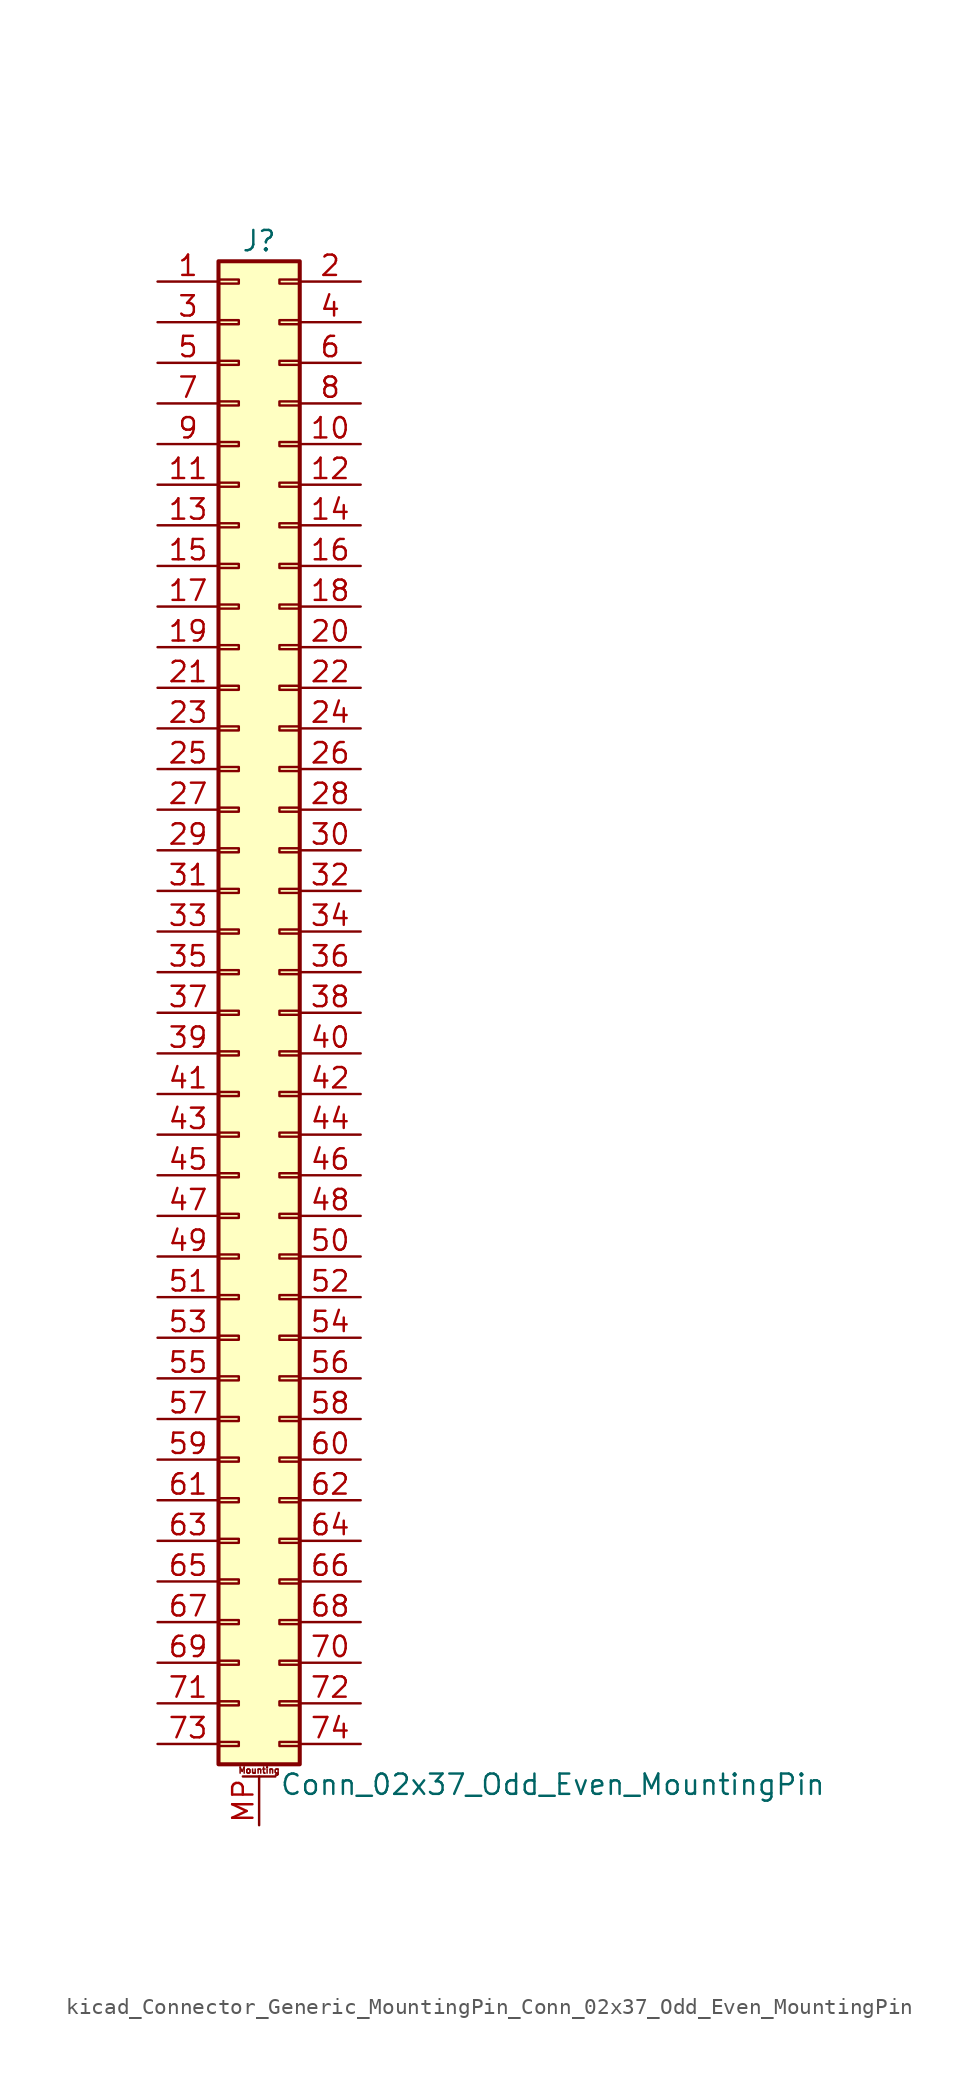
<source format=kicad_sym>
(kicad_symbol_lib
  (version 20220914)
  (generator kicad_symbol_editor)
  (symbol "kicad_Connector_Generic_MountingPin_Conn_02x37_Odd_Even_MountingPin"
    (pin_names
      (offset 1.016) hide)
    (property "Reference" "J"
      (at 1.27 48.26 0)
      (effects (font (size 1.27 1.27))))
    (property "Value" "Conn_02x37_Odd_Even_MountingPin"
      (at 2.54 -48.26 0)
      (effects (font (size 1.27 1.27)) (justify left)))
    (symbol "kicad_Connector_Generic_MountingPin_Conn_02x37_Odd_Even_MountingPin_1_1"
      (rectangle (start -1.27 -45.593) (end 0 -45.847) (stroke (width 0.152) (type default)) (fill (type none)))
      (rectangle (start -1.27 -43.053) (end 0 -43.307) (stroke (width 0.152) (type default)) (fill (type none)))
      (rectangle (start -1.27 -40.513) (end 0 -40.767) (stroke (width 0.152) (type default)) (fill (type none)))
      (rectangle (start -1.27 -37.973) (end 0 -38.227) (stroke (width 0.152) (type default)) (fill (type none)))
      (rectangle (start -1.27 -35.433) (end 0 -35.687) (stroke (width 0.152) (type default)) (fill (type none)))
      (rectangle (start -1.27 -32.893) (end 0 -33.147) (stroke (width 0.152) (type default)) (fill (type none)))
      (rectangle (start -1.27 -30.353) (end 0 -30.607) (stroke (width 0.152) (type default)) (fill (type none)))
      (rectangle (start -1.27 -27.813) (end 0 -28.067) (stroke (width 0.152) (type default)) (fill (type none)))
      (rectangle (start -1.27 -25.273) (end 0 -25.527) (stroke (width 0.152) (type default)) (fill (type none)))
      (rectangle (start -1.27 -22.733) (end 0 -22.987) (stroke (width 0.152) (type default)) (fill (type none)))
      (rectangle (start -1.27 -20.193) (end 0 -20.447) (stroke (width 0.152) (type default)) (fill (type none)))
      (rectangle (start -1.27 -17.653) (end 0 -17.907) (stroke (width 0.152) (type default)) (fill (type none)))
      (rectangle (start -1.27 -15.113) (end 0 -15.367) (stroke (width 0.152) (type default)) (fill (type none)))
      (rectangle (start -1.27 -12.573) (end 0 -12.827) (stroke (width 0.152) (type default)) (fill (type none)))
      (rectangle (start -1.27 -10.033) (end 0 -10.287) (stroke (width 0.152) (type default)) (fill (type none)))
      (rectangle (start -1.27 -7.493) (end 0 -7.747) (stroke (width 0.152) (type default)) (fill (type none)))
      (rectangle (start -1.27 -4.953) (end 0 -5.207) (stroke (width 0.152) (type default)) (fill (type none)))
      (rectangle (start -1.27 -2.413) (end 0 -2.667) (stroke (width 0.152) (type default)) (fill (type none)))
      (rectangle (start -1.27 0.127) (end 0 -0.127) (stroke (width 0.152) (type default)) (fill (type none)))
      (rectangle (start -1.27 2.667) (end 0 2.413) (stroke (width 0.152) (type default)) (fill (type none)))
      (rectangle (start -1.27 5.207) (end 0 4.953) (stroke (width 0.152) (type default)) (fill (type none)))
      (rectangle (start -1.27 7.747) (end 0 7.493) (stroke (width 0.152) (type default)) (fill (type none)))
      (rectangle (start -1.27 10.287) (end 0 10.033) (stroke (width 0.152) (type default)) (fill (type none)))
      (rectangle (start -1.27 12.827) (end 0 12.573) (stroke (width 0.152) (type default)) (fill (type none)))
      (rectangle (start -1.27 15.367) (end 0 15.113) (stroke (width 0.152) (type default)) (fill (type none)))
      (rectangle (start -1.27 17.907) (end 0 17.653) (stroke (width 0.152) (type default)) (fill (type none)))
      (rectangle (start -1.27 20.447) (end 0 20.193) (stroke (width 0.152) (type default)) (fill (type none)))
      (rectangle (start -1.27 22.987) (end 0 22.733) (stroke (width 0.152) (type default)) (fill (type none)))
      (rectangle (start -1.27 25.527) (end 0 25.273) (stroke (width 0.152) (type default)) (fill (type none)))
      (rectangle (start -1.27 28.067) (end 0 27.813) (stroke (width 0.152) (type default)) (fill (type none)))
      (rectangle (start -1.27 30.607) (end 0 30.353) (stroke (width 0.152) (type default)) (fill (type none)))
      (rectangle (start -1.27 33.147) (end 0 32.893) (stroke (width 0.152) (type default)) (fill (type none)))
      (rectangle (start -1.27 35.687) (end 0 35.433) (stroke (width 0.152) (type default)) (fill (type none)))
      (rectangle (start -1.27 38.227) (end 0 37.973) (stroke (width 0.152) (type default)) (fill (type none)))
      (rectangle (start -1.27 40.767) (end 0 40.513) (stroke (width 0.152) (type default)) (fill (type none)))
      (rectangle (start -1.27 43.307) (end 0 43.053) (stroke (width 0.152) (type default)) (fill (type none)))
      (rectangle (start -1.27 45.847) (end 0 45.593) (stroke (width 0.152) (type default)) (fill (type none)))
      (rectangle (start -1.27 46.99) (end 3.81 -46.99) (stroke (width 0.254) (type default)) (fill (type background)))
      (polyline (pts (xy 0.254 -47.752) (xy 2.286 -47.752)) (stroke (width 0.152) (type default)) (fill (type none)))
      (rectangle (start 3.81 -45.593) (end 2.54 -45.847) (stroke (width 0.152) (type default)) (fill (type none)))
      (rectangle (start 3.81 -43.053) (end 2.54 -43.307) (stroke (width 0.152) (type default)) (fill (type none)))
      (rectangle (start 3.81 -40.513) (end 2.54 -40.767) (stroke (width 0.152) (type default)) (fill (type none)))
      (rectangle (start 3.81 -37.973) (end 2.54 -38.227) (stroke (width 0.152) (type default)) (fill (type none)))
      (rectangle (start 3.81 -35.433) (end 2.54 -35.687) (stroke (width 0.152) (type default)) (fill (type none)))
      (rectangle (start 3.81 -32.893) (end 2.54 -33.147) (stroke (width 0.152) (type default)) (fill (type none)))
      (rectangle (start 3.81 -30.353) (end 2.54 -30.607) (stroke (width 0.152) (type default)) (fill (type none)))
      (rectangle (start 3.81 -27.813) (end 2.54 -28.067) (stroke (width 0.152) (type default)) (fill (type none)))
      (rectangle (start 3.81 -25.273) (end 2.54 -25.527) (stroke (width 0.152) (type default)) (fill (type none)))
      (rectangle (start 3.81 -22.733) (end 2.54 -22.987) (stroke (width 0.152) (type default)) (fill (type none)))
      (rectangle (start 3.81 -20.193) (end 2.54 -20.447) (stroke (width 0.152) (type default)) (fill (type none)))
      (rectangle (start 3.81 -17.653) (end 2.54 -17.907) (stroke (width 0.152) (type default)) (fill (type none)))
      (rectangle (start 3.81 -15.113) (end 2.54 -15.367) (stroke (width 0.152) (type default)) (fill (type none)))
      (rectangle (start 3.81 -12.573) (end 2.54 -12.827) (stroke (width 0.152) (type default)) (fill (type none)))
      (rectangle (start 3.81 -10.033) (end 2.54 -10.287) (stroke (width 0.152) (type default)) (fill (type none)))
      (rectangle (start 3.81 -7.493) (end 2.54 -7.747) (stroke (width 0.152) (type default)) (fill (type none)))
      (rectangle (start 3.81 -4.953) (end 2.54 -5.207) (stroke (width 0.152) (type default)) (fill (type none)))
      (rectangle (start 3.81 -2.413) (end 2.54 -2.667) (stroke (width 0.152) (type default)) (fill (type none)))
      (rectangle (start 3.81 0.127) (end 2.54 -0.127) (stroke (width 0.152) (type default)) (fill (type none)))
      (rectangle (start 3.81 2.667) (end 2.54 2.413) (stroke (width 0.152) (type default)) (fill (type none)))
      (rectangle (start 3.81 5.207) (end 2.54 4.953) (stroke (width 0.152) (type default)) (fill (type none)))
      (rectangle (start 3.81 7.747) (end 2.54 7.493) (stroke (width 0.152) (type default)) (fill (type none)))
      (rectangle (start 3.81 10.287) (end 2.54 10.033) (stroke (width 0.152) (type default)) (fill (type none)))
      (rectangle (start 3.81 12.827) (end 2.54 12.573) (stroke (width 0.152) (type default)) (fill (type none)))
      (rectangle (start 3.81 15.367) (end 2.54 15.113) (stroke (width 0.152) (type default)) (fill (type none)))
      (rectangle (start 3.81 17.907) (end 2.54 17.653) (stroke (width 0.152) (type default)) (fill (type none)))
      (rectangle (start 3.81 20.447) (end 2.54 20.193) (stroke (width 0.152) (type default)) (fill (type none)))
      (rectangle (start 3.81 22.987) (end 2.54 22.733) (stroke (width 0.152) (type default)) (fill (type none)))
      (rectangle (start 3.81 25.527) (end 2.54 25.273) (stroke (width 0.152) (type default)) (fill (type none)))
      (rectangle (start 3.81 28.067) (end 2.54 27.813) (stroke (width 0.152) (type default)) (fill (type none)))
      (rectangle (start 3.81 30.607) (end 2.54 30.353) (stroke (width 0.152) (type default)) (fill (type none)))
      (rectangle (start 3.81 33.147) (end 2.54 32.893) (stroke (width 0.152) (type default)) (fill (type none)))
      (rectangle (start 3.81 35.687) (end 2.54 35.433) (stroke (width 0.152) (type default)) (fill (type none)))
      (rectangle (start 3.81 38.227) (end 2.54 37.973) (stroke (width 0.152) (type default)) (fill (type none)))
      (rectangle (start 3.81 40.767) (end 2.54 40.513) (stroke (width 0.152) (type default)) (fill (type none)))
      (rectangle (start 3.81 43.307) (end 2.54 43.053) (stroke (width 0.152) (type default)) (fill (type none)))
      (rectangle (start 3.81 45.847) (end 2.54 45.593) (stroke (width 0.152) (type default)) (fill (type none)))
      (text "Mounting" (at 1.27 -47.371 0) (effects (font (size 0.381 0.381))))
      (pin passive line (at -5.08 45.72 0) (length 3.81) (name "Pin_1" (effects (font (size 1.27 1.27)))) (number "1" (effects (font (size 1.27 1.27)))))
      (pin passive line (at 7.62 35.56 180) (length 3.81) (name "Pin_10" (effects (font (size 1.27 1.27)))) (number "10" (effects (font (size 1.27 1.27)))))
      (pin passive line (at -5.08 33.02 0) (length 3.81) (name "Pin_11" (effects (font (size 1.27 1.27)))) (number "11" (effects (font (size 1.27 1.27)))))
      (pin passive line (at 7.62 33.02 180) (length 3.81) (name "Pin_12" (effects (font (size 1.27 1.27)))) (number "12" (effects (font (size 1.27 1.27)))))
      (pin passive line (at -5.08 30.48 0) (length 3.81) (name "Pin_13" (effects (font (size 1.27 1.27)))) (number "13" (effects (font (size 1.27 1.27)))))
      (pin passive line (at 7.62 30.48 180) (length 3.81) (name "Pin_14" (effects (font (size 1.27 1.27)))) (number "14" (effects (font (size 1.27 1.27)))))
      (pin passive line (at -5.08 27.94 0) (length 3.81) (name "Pin_15" (effects (font (size 1.27 1.27)))) (number "15" (effects (font (size 1.27 1.27)))))
      (pin passive line (at 7.62 27.94 180) (length 3.81) (name "Pin_16" (effects (font (size 1.27 1.27)))) (number "16" (effects (font (size 1.27 1.27)))))
      (pin passive line (at -5.08 25.4 0) (length 3.81) (name "Pin_17" (effects (font (size 1.27 1.27)))) (number "17" (effects (font (size 1.27 1.27)))))
      (pin passive line (at 7.62 25.4 180) (length 3.81) (name "Pin_18" (effects (font (size 1.27 1.27)))) (number "18" (effects (font (size 1.27 1.27)))))
      (pin passive line (at -5.08 22.86 0) (length 3.81) (name "Pin_19" (effects (font (size 1.27 1.27)))) (number "19" (effects (font (size 1.27 1.27)))))
      (pin passive line (at 7.62 45.72 180) (length 3.81) (name "Pin_2" (effects (font (size 1.27 1.27)))) (number "2" (effects (font (size 1.27 1.27)))))
      (pin passive line (at 7.62 22.86 180) (length 3.81) (name "Pin_20" (effects (font (size 1.27 1.27)))) (number "20" (effects (font (size 1.27 1.27)))))
      (pin passive line (at -5.08 20.32 0) (length 3.81) (name "Pin_21" (effects (font (size 1.27 1.27)))) (number "21" (effects (font (size 1.27 1.27)))))
      (pin passive line (at 7.62 20.32 180) (length 3.81) (name "Pin_22" (effects (font (size 1.27 1.27)))) (number "22" (effects (font (size 1.27 1.27)))))
      (pin passive line (at -5.08 17.78 0) (length 3.81) (name "Pin_23" (effects (font (size 1.27 1.27)))) (number "23" (effects (font (size 1.27 1.27)))))
      (pin passive line (at 7.62 17.78 180) (length 3.81) (name "Pin_24" (effects (font (size 1.27 1.27)))) (number "24" (effects (font (size 1.27 1.27)))))
      (pin passive line (at -5.08 15.24 0) (length 3.81) (name "Pin_25" (effects (font (size 1.27 1.27)))) (number "25" (effects (font (size 1.27 1.27)))))
      (pin passive line (at 7.62 15.24 180) (length 3.81) (name "Pin_26" (effects (font (size 1.27 1.27)))) (number "26" (effects (font (size 1.27 1.27)))))
      (pin passive line (at -5.08 12.7 0) (length 3.81) (name "Pin_27" (effects (font (size 1.27 1.27)))) (number "27" (effects (font (size 1.27 1.27)))))
      (pin passive line (at 7.62 12.7 180) (length 3.81) (name "Pin_28" (effects (font (size 1.27 1.27)))) (number "28" (effects (font (size 1.27 1.27)))))
      (pin passive line (at -5.08 10.16 0) (length 3.81) (name "Pin_29" (effects (font (size 1.27 1.27)))) (number "29" (effects (font (size 1.27 1.27)))))
      (pin passive line (at -5.08 43.18 0) (length 3.81) (name "Pin_3" (effects (font (size 1.27 1.27)))) (number "3" (effects (font (size 1.27 1.27)))))
      (pin passive line (at 7.62 10.16 180) (length 3.81) (name "Pin_30" (effects (font (size 1.27 1.27)))) (number "30" (effects (font (size 1.27 1.27)))))
      (pin passive line (at -5.08 7.62 0) (length 3.81) (name "Pin_31" (effects (font (size 1.27 1.27)))) (number "31" (effects (font (size 1.27 1.27)))))
      (pin passive line (at 7.62 7.62 180) (length 3.81) (name "Pin_32" (effects (font (size 1.27 1.27)))) (number "32" (effects (font (size 1.27 1.27)))))
      (pin passive line (at -5.08 5.08 0) (length 3.81) (name "Pin_33" (effects (font (size 1.27 1.27)))) (number "33" (effects (font (size 1.27 1.27)))))
      (pin passive line (at 7.62 5.08 180) (length 3.81) (name "Pin_34" (effects (font (size 1.27 1.27)))) (number "34" (effects (font (size 1.27 1.27)))))
      (pin passive line (at -5.08 2.54 0) (length 3.81) (name "Pin_35" (effects (font (size 1.27 1.27)))) (number "35" (effects (font (size 1.27 1.27)))))
      (pin passive line (at 7.62 2.54 180) (length 3.81) (name "Pin_36" (effects (font (size 1.27 1.27)))) (number "36" (effects (font (size 1.27 1.27)))))
      (pin passive line (at -5.08 0 0) (length 3.81) (name "Pin_37" (effects (font (size 1.27 1.27)))) (number "37" (effects (font (size 1.27 1.27)))))
      (pin passive line (at 7.62 0 180) (length 3.81) (name "Pin_38" (effects (font (size 1.27 1.27)))) (number "38" (effects (font (size 1.27 1.27)))))
      (pin passive line (at -5.08 -2.54 0) (length 3.81) (name "Pin_39" (effects (font (size 1.27 1.27)))) (number "39" (effects (font (size 1.27 1.27)))))
      (pin passive line (at 7.62 43.18 180) (length 3.81) (name "Pin_4" (effects (font (size 1.27 1.27)))) (number "4" (effects (font (size 1.27 1.27)))))
      (pin passive line (at 7.62 -2.54 180) (length 3.81) (name "Pin_40" (effects (font (size 1.27 1.27)))) (number "40" (effects (font (size 1.27 1.27)))))
      (pin passive line (at -5.08 -5.08 0) (length 3.81) (name "Pin_41" (effects (font (size 1.27 1.27)))) (number "41" (effects (font (size 1.27 1.27)))))
      (pin passive line (at 7.62 -5.08 180) (length 3.81) (name "Pin_42" (effects (font (size 1.27 1.27)))) (number "42" (effects (font (size 1.27 1.27)))))
      (pin passive line (at -5.08 -7.62 0) (length 3.81) (name "Pin_43" (effects (font (size 1.27 1.27)))) (number "43" (effects (font (size 1.27 1.27)))))
      (pin passive line (at 7.62 -7.62 180) (length 3.81) (name "Pin_44" (effects (font (size 1.27 1.27)))) (number "44" (effects (font (size 1.27 1.27)))))
      (pin passive line (at -5.08 -10.16 0) (length 3.81) (name "Pin_45" (effects (font (size 1.27 1.27)))) (number "45" (effects (font (size 1.27 1.27)))))
      (pin passive line (at 7.62 -10.16 180) (length 3.81) (name "Pin_46" (effects (font (size 1.27 1.27)))) (number "46" (effects (font (size 1.27 1.27)))))
      (pin passive line (at -5.08 -12.7 0) (length 3.81) (name "Pin_47" (effects (font (size 1.27 1.27)))) (number "47" (effects (font (size 1.27 1.27)))))
      (pin passive line (at 7.62 -12.7 180) (length 3.81) (name "Pin_48" (effects (font (size 1.27 1.27)))) (number "48" (effects (font (size 1.27 1.27)))))
      (pin passive line (at -5.08 -15.24 0) (length 3.81) (name "Pin_49" (effects (font (size 1.27 1.27)))) (number "49" (effects (font (size 1.27 1.27)))))
      (pin passive line (at -5.08 40.64 0) (length 3.81) (name "Pin_5" (effects (font (size 1.27 1.27)))) (number "5" (effects (font (size 1.27 1.27)))))
      (pin passive line (at 7.62 -15.24 180) (length 3.81) (name "Pin_50" (effects (font (size 1.27 1.27)))) (number "50" (effects (font (size 1.27 1.27)))))
      (pin passive line (at -5.08 -17.78 0) (length 3.81) (name "Pin_51" (effects (font (size 1.27 1.27)))) (number "51" (effects (font (size 1.27 1.27)))))
      (pin passive line (at 7.62 -17.78 180) (length 3.81) (name "Pin_52" (effects (font (size 1.27 1.27)))) (number "52" (effects (font (size 1.27 1.27)))))
      (pin passive line (at -5.08 -20.32 0) (length 3.81) (name "Pin_53" (effects (font (size 1.27 1.27)))) (number "53" (effects (font (size 1.27 1.27)))))
      (pin passive line (at 7.62 -20.32 180) (length 3.81) (name "Pin_54" (effects (font (size 1.27 1.27)))) (number "54" (effects (font (size 1.27 1.27)))))
      (pin passive line (at -5.08 -22.86 0) (length 3.81) (name "Pin_55" (effects (font (size 1.27 1.27)))) (number "55" (effects (font (size 1.27 1.27)))))
      (pin passive line (at 7.62 -22.86 180) (length 3.81) (name "Pin_56" (effects (font (size 1.27 1.27)))) (number "56" (effects (font (size 1.27 1.27)))))
      (pin passive line (at -5.08 -25.4 0) (length 3.81) (name "Pin_57" (effects (font (size 1.27 1.27)))) (number "57" (effects (font (size 1.27 1.27)))))
      (pin passive line (at 7.62 -25.4 180) (length 3.81) (name "Pin_58" (effects (font (size 1.27 1.27)))) (number "58" (effects (font (size 1.27 1.27)))))
      (pin passive line (at -5.08 -27.94 0) (length 3.81) (name "Pin_59" (effects (font (size 1.27 1.27)))) (number "59" (effects (font (size 1.27 1.27)))))
      (pin passive line (at 7.62 40.64 180) (length 3.81) (name "Pin_6" (effects (font (size 1.27 1.27)))) (number "6" (effects (font (size 1.27 1.27)))))
      (pin passive line (at 7.62 -27.94 180) (length 3.81) (name "Pin_60" (effects (font (size 1.27 1.27)))) (number "60" (effects (font (size 1.27 1.27)))))
      (pin passive line (at -5.08 -30.48 0) (length 3.81) (name "Pin_61" (effects (font (size 1.27 1.27)))) (number "61" (effects (font (size 1.27 1.27)))))
      (pin passive line (at 7.62 -30.48 180) (length 3.81) (name "Pin_62" (effects (font (size 1.27 1.27)))) (number "62" (effects (font (size 1.27 1.27)))))
      (pin passive line (at -5.08 -33.02 0) (length 3.81) (name "Pin_63" (effects (font (size 1.27 1.27)))) (number "63" (effects (font (size 1.27 1.27)))))
      (pin passive line (at 7.62 -33.02 180) (length 3.81) (name "Pin_64" (effects (font (size 1.27 1.27)))) (number "64" (effects (font (size 1.27 1.27)))))
      (pin passive line (at -5.08 -35.56 0) (length 3.81) (name "Pin_65" (effects (font (size 1.27 1.27)))) (number "65" (effects (font (size 1.27 1.27)))))
      (pin passive line (at 7.62 -35.56 180) (length 3.81) (name "Pin_66" (effects (font (size 1.27 1.27)))) (number "66" (effects (font (size 1.27 1.27)))))
      (pin passive line (at -5.08 -38.1 0) (length 3.81) (name "Pin_67" (effects (font (size 1.27 1.27)))) (number "67" (effects (font (size 1.27 1.27)))))
      (pin passive line (at 7.62 -38.1 180) (length 3.81) (name "Pin_68" (effects (font (size 1.27 1.27)))) (number "68" (effects (font (size 1.27 1.27)))))
      (pin passive line (at -5.08 -40.64 0) (length 3.81) (name "Pin_69" (effects (font (size 1.27 1.27)))) (number "69" (effects (font (size 1.27 1.27)))))
      (pin passive line (at -5.08 38.1 0) (length 3.81) (name "Pin_7" (effects (font (size 1.27 1.27)))) (number "7" (effects (font (size 1.27 1.27)))))
      (pin passive line (at 7.62 -40.64 180) (length 3.81) (name "Pin_70" (effects (font (size 1.27 1.27)))) (number "70" (effects (font (size 1.27 1.27)))))
      (pin passive line (at -5.08 -43.18 0) (length 3.81) (name "Pin_71" (effects (font (size 1.27 1.27)))) (number "71" (effects (font (size 1.27 1.27)))))
      (pin passive line (at 7.62 -43.18 180) (length 3.81) (name "Pin_72" (effects (font (size 1.27 1.27)))) (number "72" (effects (font (size 1.27 1.27)))))
      (pin passive line (at -5.08 -45.72 0) (length 3.81) (name "Pin_73" (effects (font (size 1.27 1.27)))) (number "73" (effects (font (size 1.27 1.27)))))
      (pin passive line (at 7.62 -45.72 180) (length 3.81) (name "Pin_74" (effects (font (size 1.27 1.27)))) (number "74" (effects (font (size 1.27 1.27)))))
      (pin passive line (at 7.62 38.1 180) (length 3.81) (name "Pin_8" (effects (font (size 1.27 1.27)))) (number "8" (effects (font (size 1.27 1.27)))))
      (pin passive line (at -5.08 35.56 0) (length 3.81) (name "Pin_9" (effects (font (size 1.27 1.27)))) (number "9" (effects (font (size 1.27 1.27)))))
      (pin passive line (at 1.27 -50.8 90) (length 3.048) (name "MountPin" (effects (font (size 1.27 1.27)))) (number "MP" (effects (font (size 1.27 1.27))))))))
</source>
